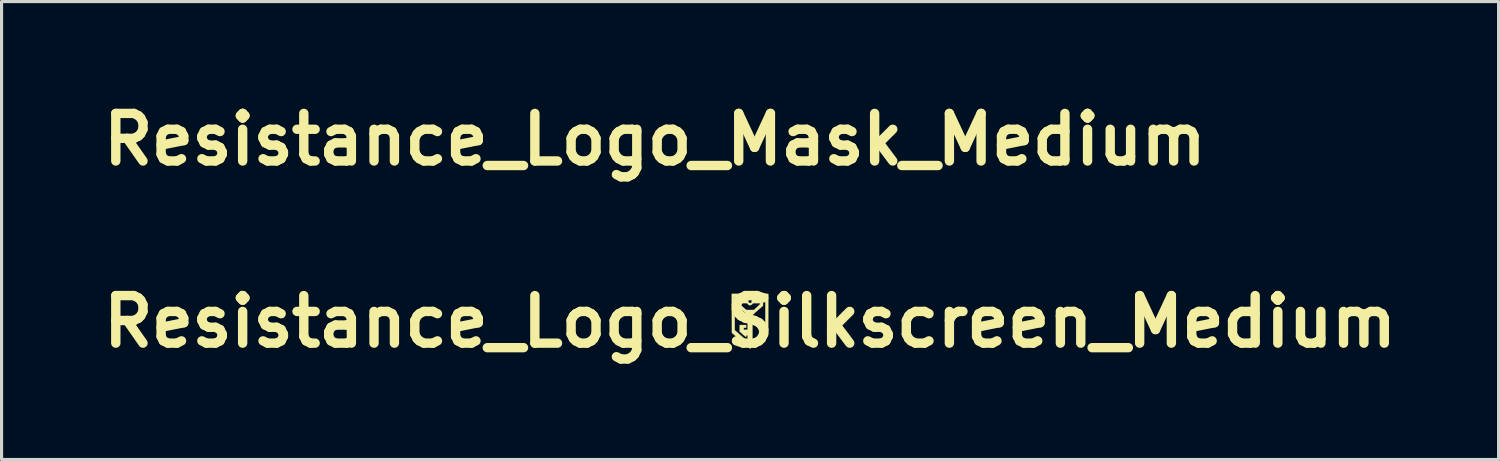
<source format=kicad_pcb>
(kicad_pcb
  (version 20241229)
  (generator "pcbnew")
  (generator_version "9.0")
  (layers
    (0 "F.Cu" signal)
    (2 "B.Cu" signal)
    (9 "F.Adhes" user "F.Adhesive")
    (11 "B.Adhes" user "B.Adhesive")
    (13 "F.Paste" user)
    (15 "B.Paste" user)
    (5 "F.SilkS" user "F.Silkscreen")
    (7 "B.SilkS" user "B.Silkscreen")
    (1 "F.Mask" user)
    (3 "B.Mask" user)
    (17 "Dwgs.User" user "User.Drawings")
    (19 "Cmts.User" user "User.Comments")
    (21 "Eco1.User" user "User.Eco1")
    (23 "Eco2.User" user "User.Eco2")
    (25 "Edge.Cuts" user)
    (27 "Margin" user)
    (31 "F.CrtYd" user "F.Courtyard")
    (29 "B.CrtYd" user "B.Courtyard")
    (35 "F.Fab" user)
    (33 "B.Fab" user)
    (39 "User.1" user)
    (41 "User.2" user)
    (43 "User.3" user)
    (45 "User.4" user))
  (footprint "Resistance_Logo_Mask_Medium"
    (layer "F.Cu")
    (at 17.932 1.418)
    (property "Reference" "Resistance_Logo_Mask_Medium" (at 0 0 0) (layer "F.SilkS") (effects (font (size 1.524 1.524) (thickness 0.3))))
    (attr through_hole)
    (fp_poly (pts (xy -0.247 -0.889) (xy -0.187 -0.888) (xy -0.135 -0.887) (xy -0.093 -0.886) (xy -0.063 -0.885) (xy -0.047 -0.884) (xy -0.044 -0.883) (xy -0.052 -0.866) (xy -0.063 -0.841) (xy -0.073 -0.817) (xy -0.079 -0.802) (xy -0.082 -0.798) (xy -0.088 -0.794) (xy -0.099 -0.791) (xy -0.118 -0.79) (xy -0.147 -0.788) (xy -0.186 -0.788) (xy -0.24 -0.787) (xy -0.288 -0.787) (xy -0.491 -0.787) (xy -0.491 0.276) (xy -0.249 0.487) (xy -0.194 0.535) (xy -0.144 0.578) (xy -0.098 0.617) (xy -0.06 0.65) (xy -0.03 0.675) (xy -0.01 0.691) (xy -0.00022 0.698) (xy 0.000131 0.698) (xy 0.008 0.693) (xy 0.027 0.678) (xy 0.055 0.654) (xy 0.092 0.622) (xy 0.137 0.584) (xy 0.186 0.541) (xy 0.24 0.494) (xy 0.249 0.487) (xy 0.491 0.276) (xy 0.491 -0.787) (xy 0.288 -0.787) (xy 0.223 -0.787) (xy 0.174 -0.788) (xy 0.138 -0.789) (xy 0.112 -0.79) (xy 0.096 -0.792) (xy 0.086 -0.795) (xy 0.081 -0.799) (xy 0.079 -0.802) (xy 0.072 -0.819) (xy 0.062 -0.844) (xy 0.051 -0.868) (xy 0.044 -0.883) (xy 0.052 -0.884) (xy 0.074 -0.886) (xy 0.109 -0.887) (xy 0.155 -0.888) (xy 0.211 -0.889) (xy 0.273 -0.889) (xy 0.313 -0.889) (xy 0.584 -0.889) (xy 0.582 -0.265) (xy 0.58 0.359) (xy 0.292 0.611) (xy 0.233 0.663) (xy 0.177 0.711) (xy 0.127 0.754) (xy 0.084 0.792) (xy 0.048 0.823) (xy 0.021 0.846) (xy 0.005 0.859) (xy 0 0.863) (xy -0.007 0.857) (xy -0.026 0.842) (xy -0.054 0.817) (xy -0.092 0.785) (xy -0.137 0.746) (xy -0.188 0.702) (xy -0.244 0.653) (xy -0.292 0.611) (xy -0.58 0.359) (xy -0.582 -0.265) (xy -0.584 -0.889) (xy -0.313 -0.889) (xy -0.247 -0.889)) (stroke (width 0.01) (type solid)) (fill yes) (layer "F.Mask"))
    (fp_poly (pts (xy 0.031 -0.78) (xy 0.066 -0.756) (xy 0.074 -0.749) (xy 0.103 -0.72) (xy 0.415 -0.72) (xy 0.415 -0.51) (xy 0.246 -0.363) (xy 0.189 -0.314) (xy 0.146 -0.275) (xy 0.114 -0.244) (xy 0.092 -0.221) (xy 0.08 -0.205) (xy 0.078 -0.194) (xy 0.084 -0.189) (xy 0.097 -0.186) (xy 0.102 -0.186) (xy 0.116 -0.185) (xy 0.124 -0.18) (xy 0.127 -0.167) (xy 0.127 -0.14) (xy 0.127 -0.14) (xy 0.127 -0.113) (xy 0.124 -0.099) (xy 0.116 -0.094) (xy 0.102 -0.093) (xy 0.076 -0.093) (xy 0.076 0.237) (xy 0.076 0.32) (xy 0.076 0.388) (xy 0.076 0.443) (xy 0.075 0.485) (xy 0.074 0.516) (xy 0.073 0.538) (xy 0.071 0.553) (xy 0.069 0.561) (xy 0.066 0.566) (xy 0.062 0.567) (xy 0.059 0.567) (xy 0.046 0.572) (xy 0.042 0.588) (xy 0.041 0.601) (xy 0.034 0.607) (xy 0.017 0.609) (xy 0 0.61) (xy -0.025 0.609) (xy -0.038 0.605) (xy -0.042 0.597) (xy -0.042 0.588) (xy -0.046 0.572) (xy -0.059 0.567) (xy -0.068 0.566) (xy -0.073 0.559) (xy -0.075 0.543) (xy -0.076 0.515) (xy -0.076 0.504) (xy -0.076 0.44) (xy -0.102 0.44) (xy -0.12 0.442) (xy -0.126 0.452) (xy -0.127 0.466) (xy -0.128 0.484) (xy -0.132 0.491) (xy -0.132 0.491) (xy -0.139 0.486) (xy -0.157 0.471) (xy -0.184 0.449) (xy -0.215 0.422) (xy -0.233 0.406) (xy -0.33 0.32) (xy -0.33 0.11) (xy -0.127 0.11) (xy -0.127 0.195) (xy -0.203 0.195) (xy -0.203 0.262) (xy -0.076 0.262) (xy -0.076 -0.093) (xy -0.102 -0.093) (xy -0.116 -0.094) (xy -0.124 -0.099) (xy -0.127 -0.113) (xy -0.127 -0.139) (xy -0.127 -0.14) (xy -0.127 -0.166) (xy -0.124 -0.18) (xy -0.116 -0.185) (xy -0.102 -0.186) (xy -0.102 -0.186) (xy -0.086 -0.188) (xy -0.079 -0.192) (xy -0.079 -0.202) (xy -0.088 -0.216) (xy -0.107 -0.237) (xy -0.136 -0.266) (xy -0.177 -0.303) (xy -0.229 -0.349) (xy -0.246 -0.363) (xy -0.415 -0.51) (xy -0.415 -0.593) (xy -0.323 -0.593) (xy -0.32 -0.569) (xy -0.316 -0.556) (xy -0.305 -0.54) (xy -0.285 -0.519) (xy -0.256 -0.491) (xy -0.22 -0.459) (xy -0.123 -0.373) (xy 0.123 -0.373) (xy 0.22 -0.459) (xy 0.26 -0.495) (xy 0.288 -0.522) (xy 0.307 -0.542) (xy 0.317 -0.558) (xy 0.32 -0.569) (xy 0.323 -0.593) (xy 0.1 -0.593) (xy 0.073 -0.564) (xy 0.039 -0.536) (xy 0.004 -0.526) (xy -0.031 -0.532) (xy -0.065 -0.556) (xy -0.073 -0.564) (xy -0.1 -0.593) (xy -0.323 -0.593) (xy -0.415 -0.593) (xy -0.415 -0.656) (xy -0.059 -0.656) (xy -0.052 -0.625) (xy -0.033 -0.603) (xy -0.005 -0.593) (xy 0 -0.593) (xy 0.025 -0.598) (xy 0.042 -0.61) (xy 0.057 -0.635) (xy 0.06 -0.663) (xy 0.051 -0.689) (xy 0.032 -0.71) (xy 0.006 -0.719) (xy 0 -0.72) (xy -0.029 -0.712) (xy -0.05 -0.692) (xy -0.059 -0.662) (xy -0.059 -0.656) (xy -0.415 -0.656) (xy -0.415 -0.72) (xy -0.1 -0.72) (xy -0.073 -0.749) (xy -0.039 -0.776) (xy -0.004 -0.786) (xy 0.031 -0.78)) (stroke (width 0.01) (type solid)) (fill yes) (layer "F.Mask")))
  (footprint "Resistance_Logo_Silkscreen_Medium"
    (layer "F.Cu")
    (at 20.98 7.254)
    (property "Reference" "Resistance_Logo_Silkscreen_Medium" (at 0 0 0) (layer "F.SilkS") (effects (font (size 1.524 1.524) (thickness 0.3))))
    (attr through_hole)
    (fp_poly (pts (xy -0.247 -0.889) (xy -0.187 -0.888) (xy -0.135 -0.887) (xy -0.093 -0.886) (xy -0.063 -0.885) (xy -0.047 -0.884) (xy -0.044 -0.883) (xy -0.052 -0.866) (xy -0.063 -0.841) (xy -0.073 -0.817) (xy -0.079 -0.802) (xy -0.082 -0.798) (xy -0.088 -0.794) (xy -0.099 -0.791) (xy -0.118 -0.79) (xy -0.147 -0.788) (xy -0.186 -0.788) (xy -0.24 -0.787) (xy -0.288 -0.787) (xy -0.491 -0.787) (xy -0.491 0.276) (xy -0.249 0.487) (xy -0.194 0.535) (xy -0.144 0.578) (xy -0.098 0.617) (xy -0.06 0.65) (xy -0.03 0.675) (xy -0.01 0.691) (xy -0.00022 0.698) (xy 0.000131 0.698) (xy 0.008 0.693) (xy 0.027 0.678) (xy 0.055 0.654) (xy 0.092 0.622) (xy 0.137 0.584) (xy 0.186 0.541) (xy 0.24 0.494) (xy 0.249 0.487) (xy 0.491 0.276) (xy 0.491 -0.787) (xy 0.288 -0.787) (xy 0.223 -0.787) (xy 0.174 -0.788) (xy 0.138 -0.789) (xy 0.112 -0.79) (xy 0.096 -0.792) (xy 0.086 -0.795) (xy 0.081 -0.799) (xy 0.079 -0.802) (xy 0.072 -0.819) (xy 0.062 -0.844) (xy 0.051 -0.868) (xy 0.044 -0.883) (xy 0.052 -0.884) (xy 0.074 -0.886) (xy 0.109 -0.887) (xy 0.155 -0.888) (xy 0.211 -0.889) (xy 0.273 -0.889) (xy 0.313 -0.889) (xy 0.584 -0.889) (xy 0.582 -0.265) (xy 0.58 0.359) (xy 0.292 0.611) (xy 0.233 0.663) (xy 0.177 0.711) (xy 0.127 0.754) (xy 0.084 0.792) (xy 0.048 0.823) (xy 0.021 0.846) (xy 0.005 0.859) (xy 0 0.863) (xy -0.007 0.857) (xy -0.026 0.842) (xy -0.054 0.817) (xy -0.092 0.785) (xy -0.137 0.746) (xy -0.188 0.702) (xy -0.244 0.653) (xy -0.292 0.611) (xy -0.58 0.359) (xy -0.582 -0.265) (xy -0.584 -0.889) (xy -0.313 -0.889) (xy -0.247 -0.889)) (stroke (width 0.01) (type solid)) (fill yes) (layer "F.SilkS"))
    (fp_poly (pts (xy 0.031 -0.78) (xy 0.066 -0.756) (xy 0.074 -0.749) (xy 0.103 -0.72) (xy 0.415 -0.72) (xy 0.415 -0.51) (xy 0.246 -0.363) (xy 0.189 -0.314) (xy 0.146 -0.275) (xy 0.114 -0.244) (xy 0.092 -0.221) (xy 0.08 -0.205) (xy 0.078 -0.194) (xy 0.084 -0.189) (xy 0.097 -0.186) (xy 0.102 -0.186) (xy 0.116 -0.185) (xy 0.124 -0.18) (xy 0.127 -0.167) (xy 0.127 -0.14) (xy 0.127 -0.14) (xy 0.127 -0.113) (xy 0.124 -0.099) (xy 0.116 -0.094) (xy 0.102 -0.093) (xy 0.076 -0.093) (xy 0.076 0.237) (xy 0.076 0.32) (xy 0.076 0.388) (xy 0.076 0.443) (xy 0.075 0.485) (xy 0.074 0.516) (xy 0.073 0.538) (xy 0.071 0.553) (xy 0.069 0.561) (xy 0.066 0.566) (xy 0.062 0.567) (xy 0.059 0.567) (xy 0.046 0.572) (xy 0.042 0.588) (xy 0.041 0.601) (xy 0.034 0.607) (xy 0.017 0.609) (xy 0 0.61) (xy -0.025 0.609) (xy -0.038 0.605) (xy -0.042 0.597) (xy -0.042 0.588) (xy -0.046 0.572) (xy -0.059 0.567) (xy -0.068 0.566) (xy -0.073 0.559) (xy -0.075 0.543) (xy -0.076 0.515) (xy -0.076 0.504) (xy -0.076 0.44) (xy -0.102 0.44) (xy -0.12 0.442) (xy -0.126 0.452) (xy -0.127 0.466) (xy -0.128 0.484) (xy -0.132 0.491) (xy -0.132 0.491) (xy -0.139 0.486) (xy -0.157 0.471) (xy -0.184 0.449) (xy -0.215 0.422) (xy -0.233 0.406) (xy -0.33 0.32) (xy -0.33 0.11) (xy -0.127 0.11) (xy -0.127 0.195) (xy -0.203 0.195) (xy -0.203 0.262) (xy -0.076 0.262) (xy -0.076 -0.093) (xy -0.102 -0.093) (xy -0.116 -0.094) (xy -0.124 -0.099) (xy -0.127 -0.113) (xy -0.127 -0.139) (xy -0.127 -0.14) (xy -0.127 -0.166) (xy -0.124 -0.18) (xy -0.116 -0.185) (xy -0.102 -0.186) (xy -0.102 -0.186) (xy -0.086 -0.188) (xy -0.079 -0.192) (xy -0.079 -0.202) (xy -0.088 -0.216) (xy -0.107 -0.237) (xy -0.136 -0.266) (xy -0.177 -0.303) (xy -0.229 -0.349) (xy -0.246 -0.363) (xy -0.415 -0.51) (xy -0.415 -0.593) (xy -0.323 -0.593) (xy -0.32 -0.569) (xy -0.316 -0.556) (xy -0.305 -0.54) (xy -0.285 -0.519) (xy -0.256 -0.491) (xy -0.22 -0.459) (xy -0.123 -0.373) (xy 0.123 -0.373) (xy 0.22 -0.459) (xy 0.26 -0.495) (xy 0.288 -0.522) (xy 0.307 -0.542) (xy 0.317 -0.558) (xy 0.32 -0.569) (xy 0.323 -0.593) (xy 0.1 -0.593) (xy 0.073 -0.564) (xy 0.039 -0.536) (xy 0.004 -0.526) (xy -0.031 -0.532) (xy -0.065 -0.556) (xy -0.073 -0.564) (xy -0.1 -0.593) (xy -0.323 -0.593) (xy -0.415 -0.593) (xy -0.415 -0.656) (xy -0.059 -0.656) (xy -0.052 -0.625) (xy -0.033 -0.603) (xy -0.005 -0.593) (xy 0 -0.593) (xy 0.025 -0.598) (xy 0.042 -0.61) (xy 0.057 -0.635) (xy 0.06 -0.663) (xy 0.051 -0.689) (xy 0.032 -0.71) (xy 0.006 -0.719) (xy 0 -0.72) (xy -0.029 -0.712) (xy -0.05 -0.692) (xy -0.059 -0.662) (xy -0.059 -0.656) (xy -0.415 -0.656) (xy -0.415 -0.72) (xy -0.1 -0.72) (xy -0.073 -0.749) (xy -0.039 -0.776) (xy -0.004 -0.786) (xy 0.031 -0.78)) (stroke (width 0.01) (type solid)) (fill yes) (layer "F.SilkS")))
  (gr_rect
    (start -3 -3)
    (end 44.961 11.672)
    (stroke (width 0.1) (type default))
    (fill no)
    (layer "Edge.Cuts")))
</source>
